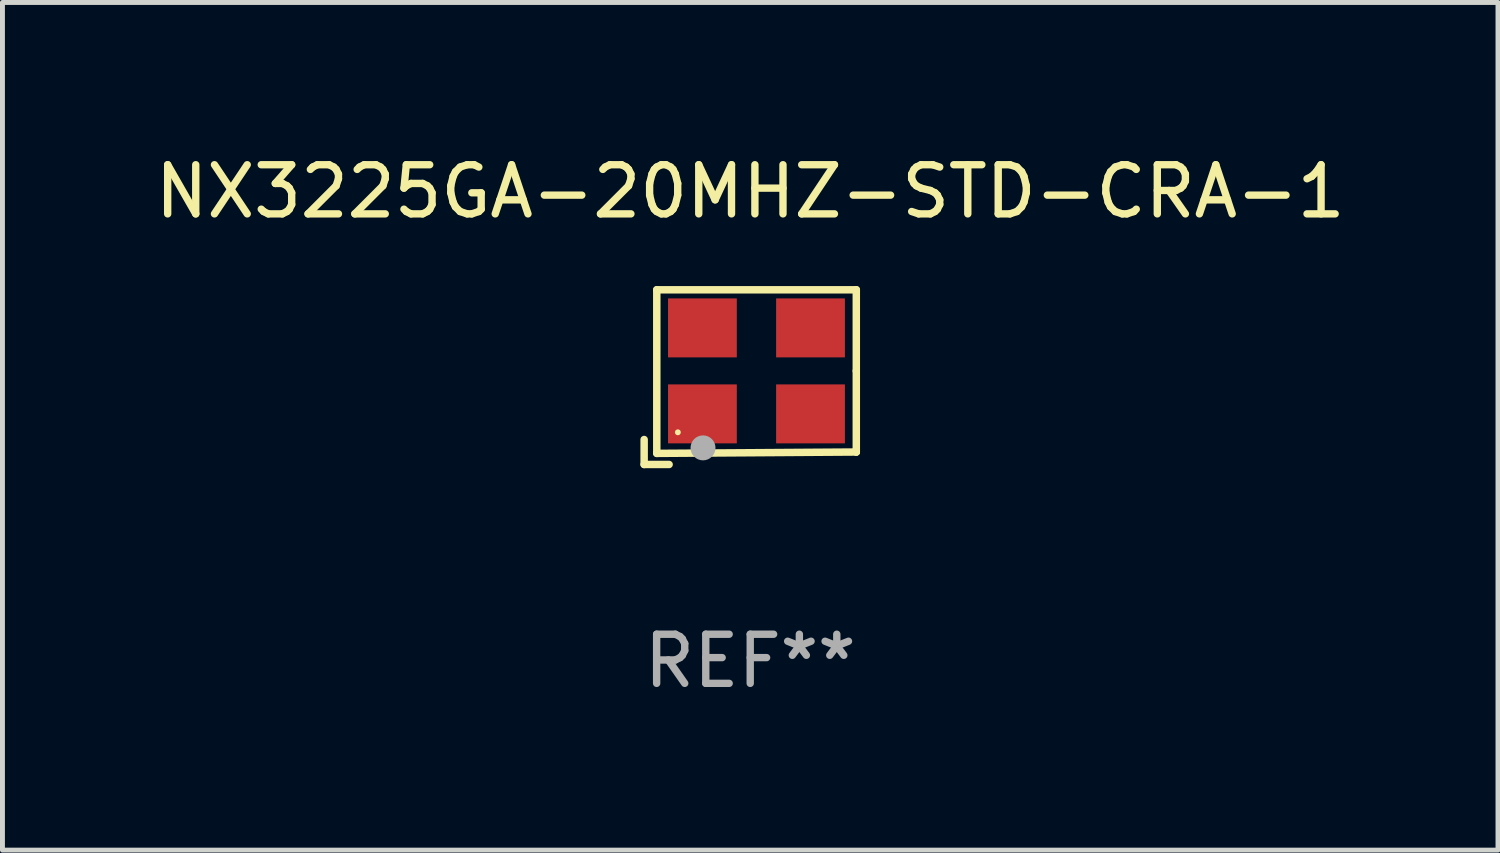
<source format=kicad_pcb>
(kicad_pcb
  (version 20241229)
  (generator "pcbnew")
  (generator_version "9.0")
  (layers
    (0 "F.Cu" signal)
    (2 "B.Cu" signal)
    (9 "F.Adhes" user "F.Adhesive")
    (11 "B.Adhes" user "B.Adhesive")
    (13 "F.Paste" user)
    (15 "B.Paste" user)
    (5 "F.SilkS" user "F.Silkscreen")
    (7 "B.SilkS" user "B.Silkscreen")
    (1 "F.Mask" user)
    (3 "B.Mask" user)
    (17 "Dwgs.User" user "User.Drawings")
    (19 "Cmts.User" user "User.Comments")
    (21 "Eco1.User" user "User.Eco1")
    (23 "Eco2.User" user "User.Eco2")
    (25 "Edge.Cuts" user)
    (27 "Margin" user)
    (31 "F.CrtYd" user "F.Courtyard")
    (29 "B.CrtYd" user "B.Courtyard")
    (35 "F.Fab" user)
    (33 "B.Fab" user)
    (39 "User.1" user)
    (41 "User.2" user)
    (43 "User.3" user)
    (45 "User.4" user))
  (footprint "NX3225GA-20MHZ-STD-CRA-1"
    (layer "F.Cu")
    (at 12.22 4.626)
    (property "Reference" "NX3225GA-20MHZ-STD-CRA-1" (at 0 -3.778 0) (layer "F.SilkS") (effects (font (size 1 1) (thickness 0.15))))
    (attr through_hole)
    (fp_line (start -2.159 1.27) (end -2.159 1.778) (stroke (width 0.152) (type solid)) (layer "F.SilkS"))
    (fp_line (start -2.159 1.778) (end -1.651 1.778) (stroke (width 0.152) (type solid)) (layer "F.SilkS"))
    (fp_line (start -1.902 -1.778) (end 2.159 -1.778) (stroke (width 0.152) (type solid)) (layer "F.SilkS"))
    (fp_line (start -1.902 1.552) (end -1.902 -1.778) (stroke (width 0.152) (type solid)) (layer "F.SilkS"))
    (fp_line (start 2.159 -1.778) (end 2.159 -0.127) (stroke (width 0.152) (type solid)) (layer "F.SilkS"))
    (fp_line (start 2.159 -0.127) (end 2.159 1.524) (stroke (width 0.152) (type solid)) (layer "F.SilkS"))
    (fp_line (start 2.159 1.524) (end -1.902 1.552) (stroke (width 0.152) (type solid)) (layer "F.SilkS"))
    (fp_line (start 2.159 1.524) (end 2.159 1.524) (stroke (width 0.152) (type solid)) (layer "F.SilkS"))
    (fp_circle (center -1.473 1.123) (end -1.443 1.123) (stroke (width 0.06) (type solid)) (fill no) (layer "F.SilkS"))
    (fp_circle (center -0.961 1.44) (end -0.834 1.44) (stroke (width 0.254) (type solid)) (fill no) (layer "F.Fab"))
    (fp_text user "REF**" (at 0 5.778 0) (layer "F.Fab") (effects (font (size 1 1) (thickness 0.15))))
    (pad "1" smd rect (at -0.973 0.748) (size 1.4 1.2) (layers "F.Cu" "F.Mask" "F.Paste"))
    (pad "2" smd rect (at 1.227 0.748) (size 1.4 1.2) (layers "F.Cu" "F.Mask" "F.Paste"))
    (pad "3" smd rect (at 1.227 -1.002) (size 1.4 1.2) (layers "F.Cu" "F.Mask" "F.Paste"))
    (pad "4" smd rect (at -0.973 -1.002) (size 1.4 1.2) (layers "F.Cu" "F.Mask" "F.Paste")))
  (gr_rect
    (start -3 -3)
    (end 27.44 14.253)
    (stroke (width 0.1) (type default))
    (fill no)
    (layer "Edge.Cuts")))
</source>
